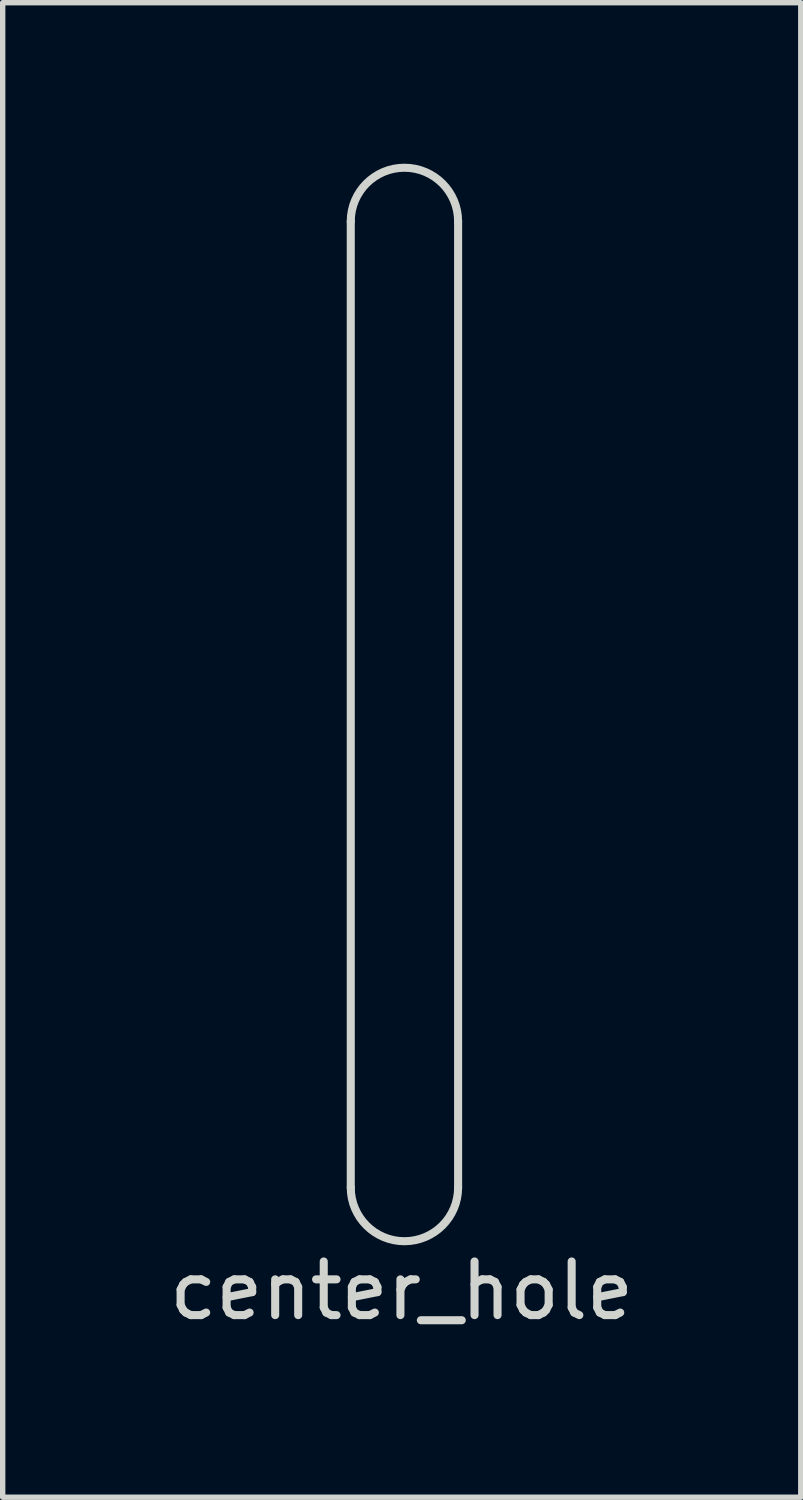
<source format=kicad_pcb>
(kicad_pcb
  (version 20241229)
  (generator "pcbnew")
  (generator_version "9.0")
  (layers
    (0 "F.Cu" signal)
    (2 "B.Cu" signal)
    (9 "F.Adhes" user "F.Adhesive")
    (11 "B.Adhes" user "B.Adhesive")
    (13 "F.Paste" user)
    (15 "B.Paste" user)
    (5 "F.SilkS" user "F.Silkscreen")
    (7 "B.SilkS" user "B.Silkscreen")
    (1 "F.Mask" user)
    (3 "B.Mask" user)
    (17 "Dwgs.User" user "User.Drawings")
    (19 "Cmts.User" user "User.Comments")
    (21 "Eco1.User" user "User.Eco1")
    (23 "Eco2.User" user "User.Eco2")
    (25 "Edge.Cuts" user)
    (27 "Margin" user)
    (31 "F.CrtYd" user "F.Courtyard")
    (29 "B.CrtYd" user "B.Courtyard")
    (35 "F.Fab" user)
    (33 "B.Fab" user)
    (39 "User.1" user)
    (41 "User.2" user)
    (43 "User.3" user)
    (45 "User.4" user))
  (footprint "center_hole"
    (layer "F.Cu")
    (at 4.485 10.075)
    (property "Reference" "center_hole" (at -0.051 10.922 0) (layer "Edge.Cuts") (effects (font (size 1 1) (thickness 0.15))))
    (attr through_hole)
    (fp_line (start -1 -9) (end -1 9) (stroke (width 0.15) (type solid)) (layer "Edge.Cuts"))
    (fp_line (start 1 9) (end 1 -9) (stroke (width 0.15) (type solid)) (layer "Edge.Cuts"))
    (fp_arc (start -1 -9) (mid 0 -10) (end 1 -9) (stroke (width 0.15) (type solid)) (layer "Edge.Cuts"))
    (fp_arc (start 1 9) (mid 0 10) (end -1 9) (stroke (width 0.15) (type solid)) (layer "Edge.Cuts")))
  (gr_rect
    (start -3 -3)
    (end 11.869 24.845)
    (stroke (width 0.1) (type default))
    (fill no)
    (layer "Edge.Cuts")))
</source>
